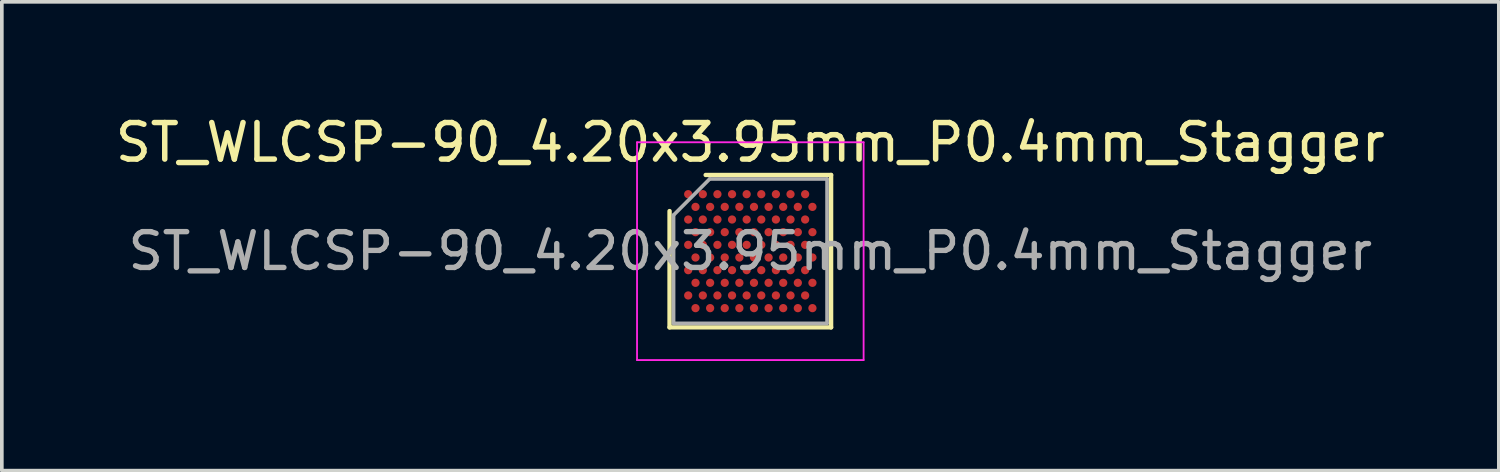
<source format=kicad_pcb>
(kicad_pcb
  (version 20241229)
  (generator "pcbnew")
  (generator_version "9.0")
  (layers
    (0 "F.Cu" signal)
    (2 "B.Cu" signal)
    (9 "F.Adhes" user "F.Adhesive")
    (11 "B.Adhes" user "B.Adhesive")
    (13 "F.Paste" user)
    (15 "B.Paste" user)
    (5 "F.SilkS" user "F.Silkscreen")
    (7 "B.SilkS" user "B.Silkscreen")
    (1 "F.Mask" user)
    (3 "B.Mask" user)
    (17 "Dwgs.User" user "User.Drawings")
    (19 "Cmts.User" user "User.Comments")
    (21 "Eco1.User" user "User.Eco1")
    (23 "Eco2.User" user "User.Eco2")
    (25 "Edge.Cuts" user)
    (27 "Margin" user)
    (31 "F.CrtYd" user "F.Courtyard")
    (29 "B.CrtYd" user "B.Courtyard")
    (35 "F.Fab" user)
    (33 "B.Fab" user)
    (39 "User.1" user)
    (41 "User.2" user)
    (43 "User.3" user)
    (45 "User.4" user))
  (footprint "ST_WLCSP-90_4.20x3.95mm_P0.4mm_Stagger"
    (layer "F.Cu")
    (at 17.482 3.823)
    (property "Reference" "ST_WLCSP-90_4.20x3.95mm_P0.4mm_Stagger" (at 0 -2.975 0) (layer "F.SilkS") (effects (font (size 1 1) (thickness 0.15))))
    (attr smd)
    (fp_line (start -2.21 2.085) (end -2.21 -1.097) (stroke (width 0.12) (type solid)) (layer "F.SilkS"))
    (fp_line (start -1.222 -2.085) (end 2.21 -2.085) (stroke (width 0.12) (type solid)) (layer "F.SilkS"))
    (fp_line (start 2.21 -2.085) (end 2.21 2.085) (stroke (width 0.12) (type solid)) (layer "F.SilkS"))
    (fp_line (start 2.21 2.085) (end -2.21 2.085) (stroke (width 0.12) (type solid)) (layer "F.SilkS"))
    (fp_line (start -3.1 -2.98) (end -3.1 2.98) (stroke (width 0.05) (type solid)) (layer "F.CrtYd"))
    (fp_line (start -3.1 2.98) (end 3.1 2.98) (stroke (width 0.05) (type solid)) (layer "F.CrtYd"))
    (fp_line (start 3.1 -2.98) (end -3.1 -2.98) (stroke (width 0.05) (type solid)) (layer "F.CrtYd"))
    (fp_line (start 3.1 2.98) (end 3.1 -2.98) (stroke (width 0.05) (type solid)) (layer "F.CrtYd"))
    (fp_line (start -2.1 -0.988) (end -1.113 -1.975) (stroke (width 0.1) (type solid)) (layer "F.Fab"))
    (fp_line (start -2.1 1.975) (end -2.1 -0.988) (stroke (width 0.1) (type solid)) (layer "F.Fab"))
    (fp_line (start -1.113 -1.975) (end 2.1 -1.975) (stroke (width 0.1) (type solid)) (layer "F.Fab"))
    (fp_line (start 2.1 -1.975) (end 2.1 1.975) (stroke (width 0.1) (type solid)) (layer "F.Fab"))
    (fp_line (start 2.1 1.975) (end -2.1 1.975) (stroke (width 0.1) (type solid)) (layer "F.Fab"))
    (fp_text user "${REFERENCE}" (at 0 0 0) (layer "F.Fab") (effects (font (size 0.98 0.98) (thickness 0.147))))
    (pad "A1" smd circle (at -1.7 -1.559) (size 0.225 0.225) (layers "F.Cu" "F.Mask" "F.Paste"))
    (pad "A3" smd circle (at -1.3 -1.559) (size 0.225 0.225) (layers "F.Cu" "F.Mask" "F.Paste"))
    (pad "A5" smd circle (at -0.9 -1.559) (size 0.225 0.225) (layers "F.Cu" "F.Mask" "F.Paste"))
    (pad "A7" smd circle (at -0.5 -1.559) (size 0.225 0.225) (layers "F.Cu" "F.Mask" "F.Paste"))
    (pad "A9" smd circle (at -0.1 -1.559) (size 0.225 0.225) (layers "F.Cu" "F.Mask" "F.Paste"))
    (pad "A11" smd circle (at 0.3 -1.559) (size 0.225 0.225) (layers "F.Cu" "F.Mask" "F.Paste"))
    (pad "A13" smd circle (at 0.7 -1.559) (size 0.225 0.225) (layers "F.Cu" "F.Mask" "F.Paste"))
    (pad "A15" smd circle (at 1.1 -1.559) (size 0.225 0.225) (layers "F.Cu" "F.Mask" "F.Paste"))
    (pad "A17" smd circle (at 1.5 -1.559) (size 0.225 0.225) (layers "F.Cu" "F.Mask" "F.Paste"))
    (pad "B2" smd circle (at -1.5 -1.212) (size 0.225 0.225) (layers "F.Cu" "F.Mask" "F.Paste"))
    (pad "B4" smd circle (at -1.1 -1.212) (size 0.225 0.225) (layers "F.Cu" "F.Mask" "F.Paste"))
    (pad "B6" smd circle (at -0.7 -1.212) (size 0.225 0.225) (layers "F.Cu" "F.Mask" "F.Paste"))
    (pad "B8" smd circle (at -0.3 -1.212) (size 0.225 0.225) (layers "F.Cu" "F.Mask" "F.Paste"))
    (pad "B10" smd circle (at 0.1 -1.212) (size 0.225 0.225) (layers "F.Cu" "F.Mask" "F.Paste"))
    (pad "B12" smd circle (at 0.5 -1.212) (size 0.225 0.225) (layers "F.Cu" "F.Mask" "F.Paste"))
    (pad "B14" smd circle (at 0.9 -1.212) (size 0.225 0.225) (layers "F.Cu" "F.Mask" "F.Paste"))
    (pad "B16" smd circle (at 1.3 -1.212) (size 0.225 0.225) (layers "F.Cu" "F.Mask" "F.Paste"))
    (pad "B18" smd circle (at 1.7 -1.212) (size 0.225 0.225) (layers "F.Cu" "F.Mask" "F.Paste"))
    (pad "C1" smd circle (at -1.7 -0.866) (size 0.225 0.225) (layers "F.Cu" "F.Mask" "F.Paste"))
    (pad "C3" smd circle (at -1.3 -0.866) (size 0.225 0.225) (layers "F.Cu" "F.Mask" "F.Paste"))
    (pad "C5" smd circle (at -0.9 -0.866) (size 0.225 0.225) (layers "F.Cu" "F.Mask" "F.Paste"))
    (pad "C7" smd circle (at -0.5 -0.866) (size 0.225 0.225) (layers "F.Cu" "F.Mask" "F.Paste"))
    (pad "C9" smd circle (at -0.1 -0.866) (size 0.225 0.225) (layers "F.Cu" "F.Mask" "F.Paste"))
    (pad "C11" smd circle (at 0.3 -0.866) (size 0.225 0.225) (layers "F.Cu" "F.Mask" "F.Paste"))
    (pad "C13" smd circle (at 0.7 -0.866) (size 0.225 0.225) (layers "F.Cu" "F.Mask" "F.Paste"))
    (pad "C15" smd circle (at 1.1 -0.866) (size 0.225 0.225) (layers "F.Cu" "F.Mask" "F.Paste"))
    (pad "C17" smd circle (at 1.5 -0.866) (size 0.225 0.225) (layers "F.Cu" "F.Mask" "F.Paste"))
    (pad "D2" smd circle (at -1.5 -0.52) (size 0.225 0.225) (layers "F.Cu" "F.Mask" "F.Paste"))
    (pad "D4" smd circle (at -1.1 -0.52) (size 0.225 0.225) (layers "F.Cu" "F.Mask" "F.Paste"))
    (pad "D6" smd circle (at -0.7 -0.52) (size 0.225 0.225) (layers "F.Cu" "F.Mask" "F.Paste"))
    (pad "D8" smd circle (at -0.3 -0.52) (size 0.225 0.225) (layers "F.Cu" "F.Mask" "F.Paste"))
    (pad "D10" smd circle (at 0.1 -0.52) (size 0.225 0.225) (layers "F.Cu" "F.Mask" "F.Paste"))
    (pad "D12" smd circle (at 0.5 -0.52) (size 0.225 0.225) (layers "F.Cu" "F.Mask" "F.Paste"))
    (pad "D14" smd circle (at 0.9 -0.52) (size 0.225 0.225) (layers "F.Cu" "F.Mask" "F.Paste"))
    (pad "D16" smd circle (at 1.3 -0.52) (size 0.225 0.225) (layers "F.Cu" "F.Mask" "F.Paste"))
    (pad "D18" smd circle (at 1.7 -0.52) (size 0.225 0.225) (layers "F.Cu" "F.Mask" "F.Paste"))
    (pad "E1" smd circle (at -1.7 -0.173) (size 0.225 0.225) (layers "F.Cu" "F.Mask" "F.Paste"))
    (pad "E3" smd circle (at -1.3 -0.173) (size 0.225 0.225) (layers "F.Cu" "F.Mask" "F.Paste"))
    (pad "E5" smd circle (at -0.9 -0.173) (size 0.225 0.225) (layers "F.Cu" "F.Mask" "F.Paste"))
    (pad "E7" smd circle (at -0.5 -0.173) (size 0.225 0.225) (layers "F.Cu" "F.Mask" "F.Paste"))
    (pad "E9" smd circle (at -0.1 -0.173) (size 0.225 0.225) (layers "F.Cu" "F.Mask" "F.Paste"))
    (pad "E11" smd circle (at 0.3 -0.173) (size 0.225 0.225) (layers "F.Cu" "F.Mask" "F.Paste"))
    (pad "E13" smd circle (at 0.7 -0.173) (size 0.225 0.225) (layers "F.Cu" "F.Mask" "F.Paste"))
    (pad "E15" smd circle (at 1.1 -0.173) (size 0.225 0.225) (layers "F.Cu" "F.Mask" "F.Paste"))
    (pad "E17" smd circle (at 1.5 -0.173) (size 0.225 0.225) (layers "F.Cu" "F.Mask" "F.Paste"))
    (pad "F2" smd circle (at -1.5 0.173) (size 0.225 0.225) (layers "F.Cu" "F.Mask" "F.Paste"))
    (pad "F4" smd circle (at -1.1 0.173) (size 0.225 0.225) (layers "F.Cu" "F.Mask" "F.Paste"))
    (pad "F6" smd circle (at -0.7 0.173) (size 0.225 0.225) (layers "F.Cu" "F.Mask" "F.Paste"))
    (pad "F8" smd circle (at -0.3 0.173) (size 0.225 0.225) (layers "F.Cu" "F.Mask" "F.Paste"))
    (pad "F10" smd circle (at 0.1 0.173) (size 0.225 0.225) (layers "F.Cu" "F.Mask" "F.Paste"))
    (pad "F12" smd circle (at 0.5 0.173) (size 0.225 0.225) (layers "F.Cu" "F.Mask" "F.Paste"))
    (pad "F14" smd circle (at 0.9 0.173) (size 0.225 0.225) (layers "F.Cu" "F.Mask" "F.Paste"))
    (pad "F16" smd circle (at 1.3 0.173) (size 0.225 0.225) (layers "F.Cu" "F.Mask" "F.Paste"))
    (pad "F18" smd circle (at 1.7 0.173) (size 0.225 0.225) (layers "F.Cu" "F.Mask" "F.Paste"))
    (pad "G1" smd circle (at -1.7 0.52) (size 0.225 0.225) (layers "F.Cu" "F.Mask" "F.Paste"))
    (pad "G3" smd circle (at -1.3 0.52) (size 0.225 0.225) (layers "F.Cu" "F.Mask" "F.Paste"))
    (pad "G5" smd circle (at -0.9 0.52) (size 0.225 0.225) (layers "F.Cu" "F.Mask" "F.Paste"))
    (pad "G7" smd circle (at -0.5 0.52) (size 0.225 0.225) (layers "F.Cu" "F.Mask" "F.Paste"))
    (pad "G9" smd circle (at -0.1 0.52) (size 0.225 0.225) (layers "F.Cu" "F.Mask" "F.Paste"))
    (pad "G11" smd circle (at 0.3 0.52) (size 0.225 0.225) (layers "F.Cu" "F.Mask" "F.Paste"))
    (pad "G13" smd circle (at 0.7 0.52) (size 0.225 0.225) (layers "F.Cu" "F.Mask" "F.Paste"))
    (pad "G15" smd circle (at 1.1 0.52) (size 0.225 0.225) (layers "F.Cu" "F.Mask" "F.Paste"))
    (pad "G17" smd circle (at 1.5 0.52) (size 0.225 0.225) (layers "F.Cu" "F.Mask" "F.Paste"))
    (pad "H2" smd circle (at -1.5 0.866) (size 0.225 0.225) (layers "F.Cu" "F.Mask" "F.Paste"))
    (pad "H4" smd circle (at -1.1 0.866) (size 0.225 0.225) (layers "F.Cu" "F.Mask" "F.Paste"))
    (pad "H6" smd circle (at -0.7 0.866) (size 0.225 0.225) (layers "F.Cu" "F.Mask" "F.Paste"))
    (pad "H8" smd circle (at -0.3 0.866) (size 0.225 0.225) (layers "F.Cu" "F.Mask" "F.Paste"))
    (pad "H10" smd circle (at 0.1 0.866) (size 0.225 0.225) (layers "F.Cu" "F.Mask" "F.Paste"))
    (pad "H12" smd circle (at 0.5 0.866) (size 0.225 0.225) (layers "F.Cu" "F.Mask" "F.Paste"))
    (pad "H14" smd circle (at 0.9 0.866) (size 0.225 0.225) (layers "F.Cu" "F.Mask" "F.Paste"))
    (pad "H16" smd circle (at 1.3 0.866) (size 0.225 0.225) (layers "F.Cu" "F.Mask" "F.Paste"))
    (pad "H18" smd circle (at 1.7 0.866) (size 0.225 0.225) (layers "F.Cu" "F.Mask" "F.Paste"))
    (pad "J1" smd circle (at -1.7 1.212) (size 0.225 0.225) (layers "F.Cu" "F.Mask" "F.Paste"))
    (pad "J3" smd circle (at -1.3 1.212) (size 0.225 0.225) (layers "F.Cu" "F.Mask" "F.Paste"))
    (pad "J5" smd circle (at -0.9 1.212) (size 0.225 0.225) (layers "F.Cu" "F.Mask" "F.Paste"))
    (pad "J7" smd circle (at -0.5 1.212) (size 0.225 0.225) (layers "F.Cu" "F.Mask" "F.Paste"))
    (pad "J9" smd circle (at -0.1 1.212) (size 0.225 0.225) (layers "F.Cu" "F.Mask" "F.Paste"))
    (pad "J11" smd circle (at 0.3 1.212) (size 0.225 0.225) (layers "F.Cu" "F.Mask" "F.Paste"))
    (pad "J13" smd circle (at 0.7 1.212) (size 0.225 0.225) (layers "F.Cu" "F.Mask" "F.Paste"))
    (pad "J15" smd circle (at 1.1 1.212) (size 0.225 0.225) (layers "F.Cu" "F.Mask" "F.Paste"))
    (pad "J17" smd circle (at 1.5 1.212) (size 0.225 0.225) (layers "F.Cu" "F.Mask" "F.Paste"))
    (pad "K2" smd circle (at -1.5 1.559) (size 0.225 0.225) (layers "F.Cu" "F.Mask" "F.Paste"))
    (pad "K4" smd circle (at -1.1 1.559) (size 0.225 0.225) (layers "F.Cu" "F.Mask" "F.Paste"))
    (pad "K6" smd circle (at -0.7 1.559) (size 0.225 0.225) (layers "F.Cu" "F.Mask" "F.Paste"))
    (pad "K8" smd circle (at -0.3 1.559) (size 0.225 0.225) (layers "F.Cu" "F.Mask" "F.Paste"))
    (pad "K10" smd circle (at 0.1 1.559) (size 0.225 0.225) (layers "F.Cu" "F.Mask" "F.Paste"))
    (pad "K12" smd circle (at 0.5 1.559) (size 0.225 0.225) (layers "F.Cu" "F.Mask" "F.Paste"))
    (pad "K14" smd circle (at 0.9 1.559) (size 0.225 0.225) (layers "F.Cu" "F.Mask" "F.Paste"))
    (pad "K16" smd circle (at 1.3 1.559) (size 0.225 0.225) (layers "F.Cu" "F.Mask" "F.Paste"))
    (pad "K18" smd circle (at 1.7 1.559) (size 0.225 0.225) (layers "F.Cu" "F.Mask" "F.Paste")))
  (gr_rect
    (start -3 -3)
    (end 37.964 9.828)
    (stroke (width 0.1) (type default))
    (fill no)
    (layer "Edge.Cuts")))
</source>
